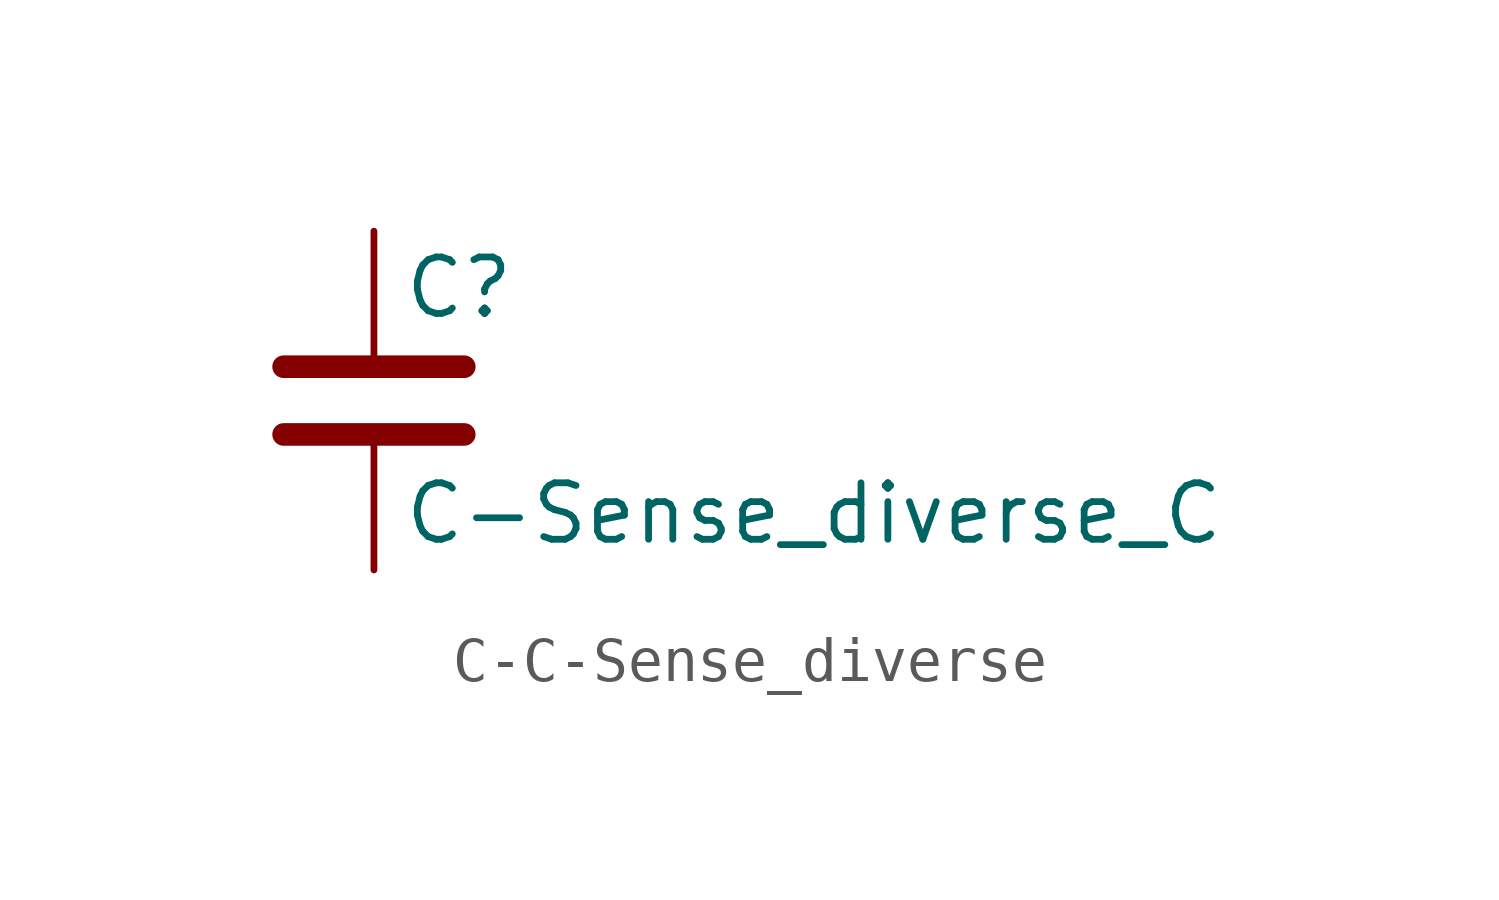
<source format=kicad_sym>
(kicad_symbol_lib
  (version 20231120)
  (generator "kicad_symbol_editor")
  (generator_version "8.0")
  (symbol "C-C-Sense_diverse"
    (pin_numbers hide)
    (pin_names
      (offset 0.254))
    (property "Reference" "C"
      (at 0.635 2.54 0)
      (effects (font (size 1.27 1.27)) (justify left)))
    (property "Value" "C-Sense_diverse_C"
      (at 0.635 -2.54 0)
      (effects (font (size 1.27 1.27)) (justify left)))
    (symbol "C-C-Sense_diverse_0_1"
      (polyline (pts (xy -2.032 -0.762) (xy 2.032 -0.762)) (stroke (width 0.508) (type solid)) (fill (type none)))
      (polyline (pts (xy -2.032 0.762) (xy 2.032 0.762)) (stroke (width 0.508) (type solid)) (fill (type none))))
    (symbol "C-C-Sense_diverse_1_1"
      (pin passive line (at 0 3.81 270) (length 2.794) (name "~" (effects (font (size 1.27 1.27)))) (number "1" (effects (font (size 1.27 1.27)))))
      (pin passive line (at 0 -3.81 90) (length 2.794) (name "~" (effects (font (size 1.27 1.27)))) (number "2" (effects (font (size 1.27 1.27))))))))
</source>
